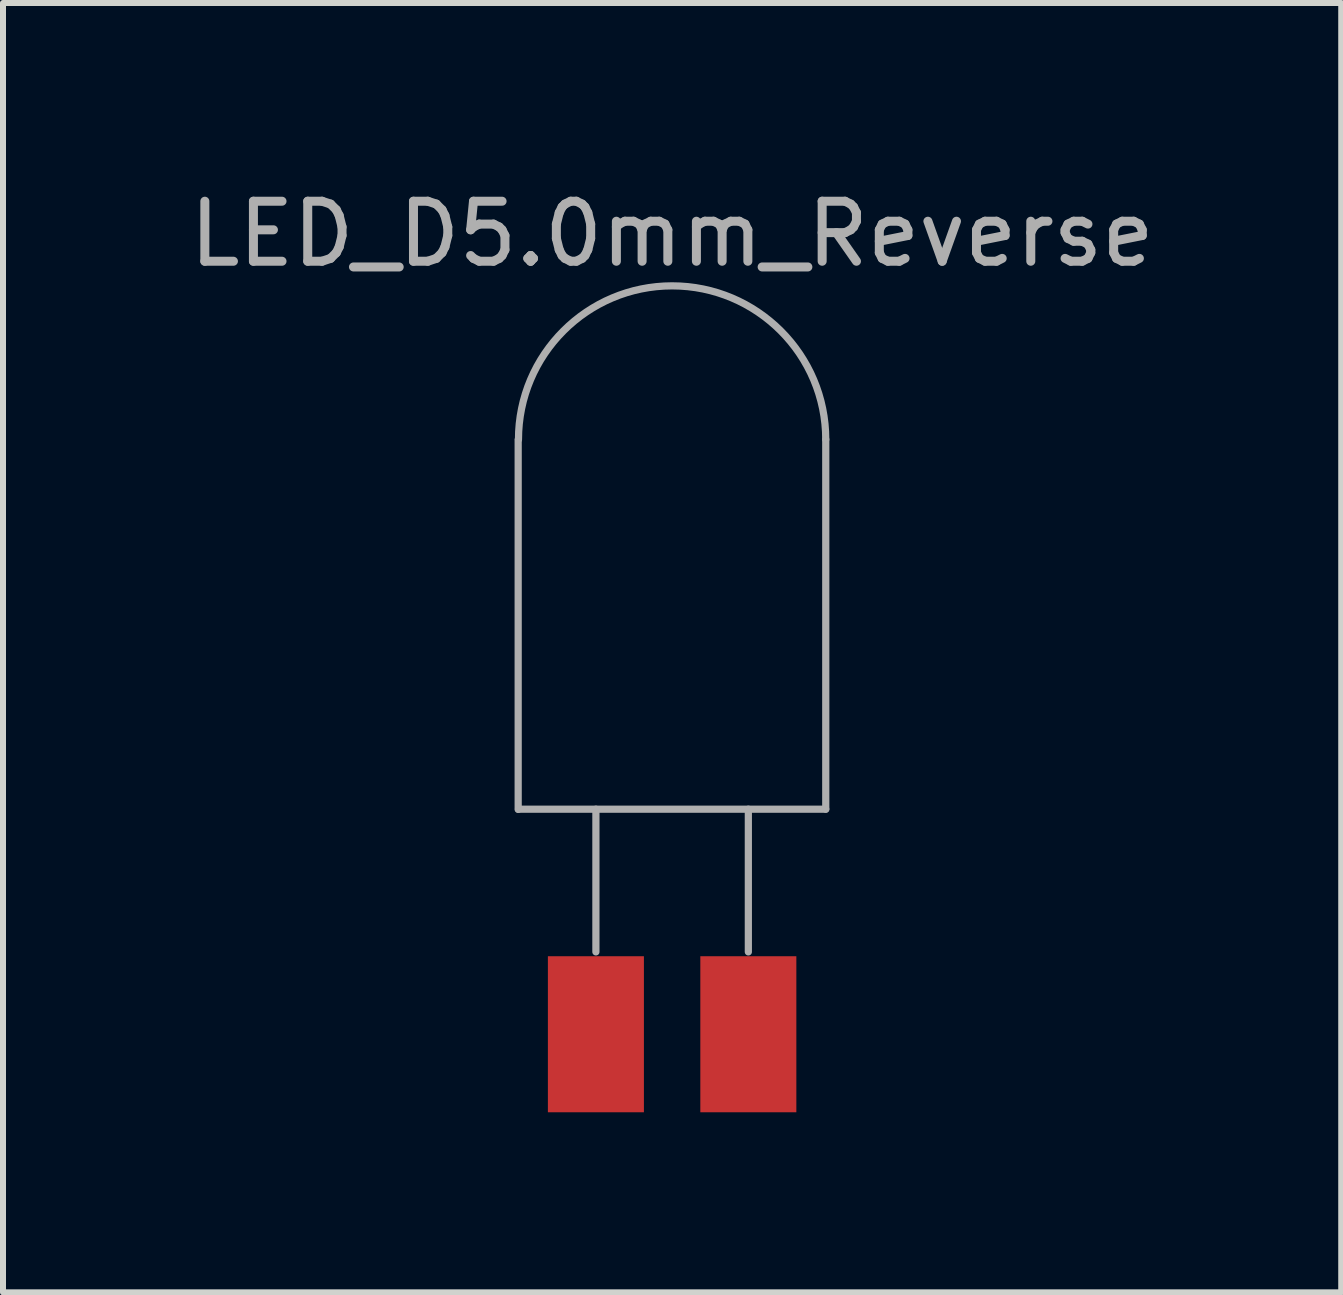
<source format=kicad_pcb>
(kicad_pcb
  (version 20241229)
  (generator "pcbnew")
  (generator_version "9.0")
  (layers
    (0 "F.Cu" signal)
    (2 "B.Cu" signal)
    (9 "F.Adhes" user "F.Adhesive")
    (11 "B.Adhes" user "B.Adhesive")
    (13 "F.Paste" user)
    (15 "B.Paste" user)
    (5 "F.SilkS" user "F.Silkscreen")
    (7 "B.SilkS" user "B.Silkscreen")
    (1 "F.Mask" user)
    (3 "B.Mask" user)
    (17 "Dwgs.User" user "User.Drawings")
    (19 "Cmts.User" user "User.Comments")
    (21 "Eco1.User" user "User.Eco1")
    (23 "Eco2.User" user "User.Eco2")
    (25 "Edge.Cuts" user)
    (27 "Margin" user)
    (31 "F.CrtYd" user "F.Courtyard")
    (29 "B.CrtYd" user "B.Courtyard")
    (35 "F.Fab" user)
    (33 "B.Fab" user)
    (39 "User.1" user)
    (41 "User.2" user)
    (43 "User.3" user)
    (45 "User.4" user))
  (footprint "LED_D5.0mm_Reverse"
    (layer "F.Cu")
    (at 8.149 14.183)
    (property "Reference" "LED_D5.0mm_Reverse" (at 0 -13.335 0) (layer "F.Fab") (effects (font (size 1 1) (thickness 0.15))))
    (attr through_hole)
    (fp_line (start -2.565 -3.746) (end -2.565 -9.906) (stroke (width 0.12) (type solid)) (layer "F.Fab"))
    (fp_line (start -1.27 -1.372) (end -1.27 -3.75) (stroke (width 0.12) (type solid)) (layer "F.Fab"))
    (fp_line (start 1.27 -3.75) (end 1.27 -1.372) (stroke (width 0.12) (type solid)) (layer "F.Fab"))
    (fp_line (start 2.56 -3.75) (end -2.56 -3.75) (stroke (width 0.12) (type solid)) (layer "F.Fab"))
    (fp_line (start 2.56 -3.75) (end 2.56 -9.91) (stroke (width 0.12) (type solid)) (layer "F.Fab"))
    (fp_arc (start -2.56 -9.91) (mid 0 -12.47) (end 2.56 -9.91) (stroke (width 0.12) (type solid)) (layer "F.Fab"))
    (pad "1" smd rect (at -1.27 0 180) (size 1.6 2.6) (layers "F.Cu" "F.Mask" "F.Paste"))
    (pad "2" smd rect (at 1.27 0 180) (size 1.6 2.6) (layers "F.Cu" "F.Mask" "F.Paste")))
  (gr_rect
    (start -3 -3)
    (end 19.298 18.483)
    (stroke (width 0.1) (type default))
    (fill no)
    (layer "Edge.Cuts")))
</source>
